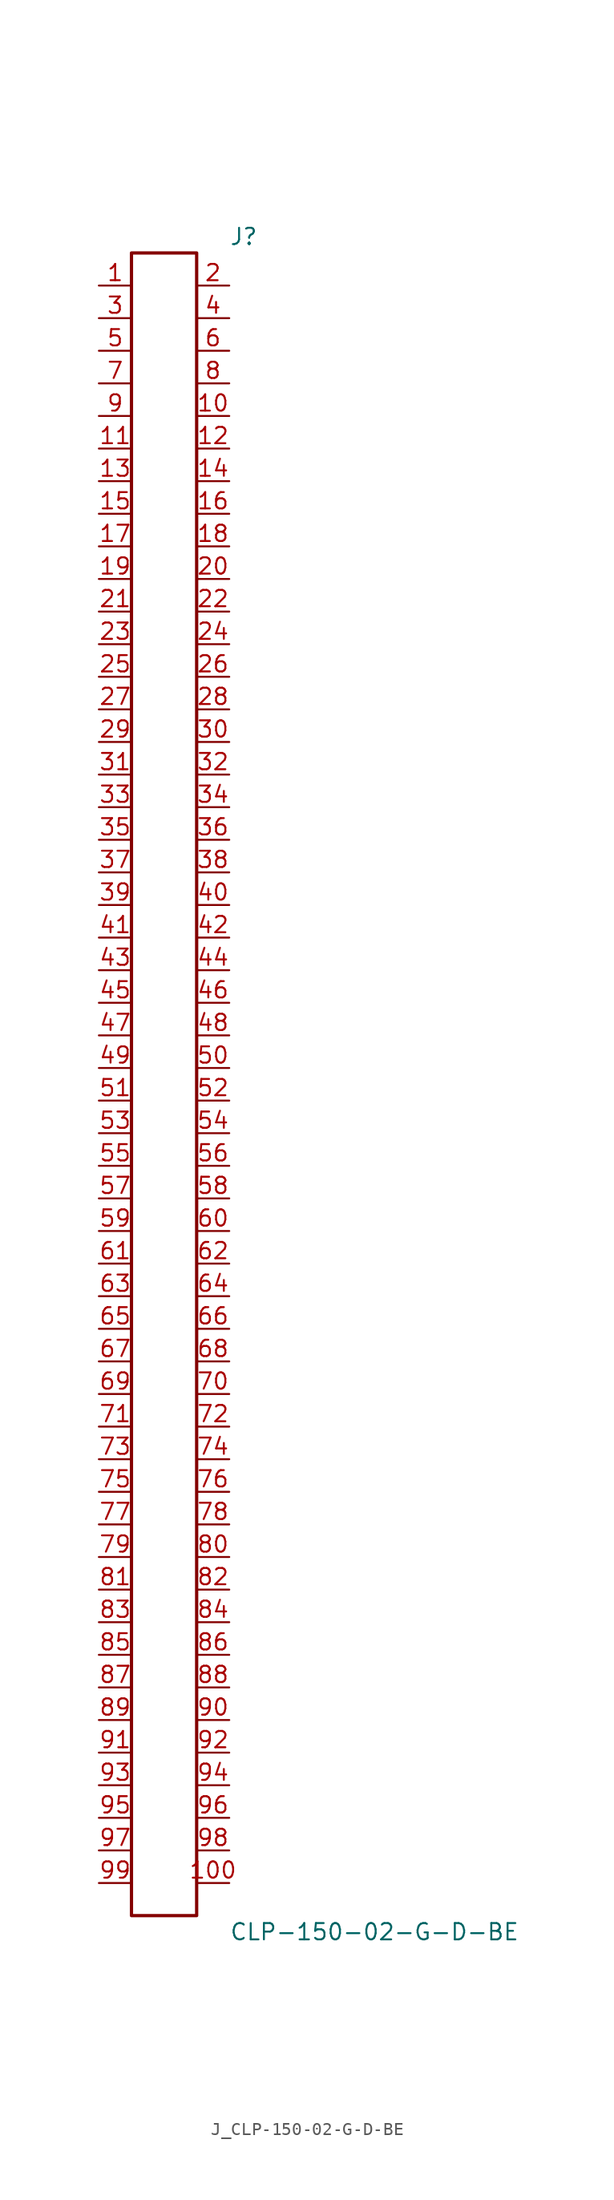
<source format=kicad_sym>
(kicad_symbol_lib
  (version 20231120)
  (generator kicad_symbol_editor)
  (generator_version 8.0)
  (symbol "J_CLP-150-02-G-D-BE"
    (pin_names
      (offset 0.254))
    (property "Reference" "J"
      (at 5.08 66.04 0)
      (effects (font (size 1.27 1.27)) (justify left)))
    (property "Value" "CLP-150-02-G-D-BE"
      (at 5.08 -66.04 0)
      (effects (font (size 1.27 1.27)) (justify left)))
    (symbol "J_CLP-150-02-G-D-BE_0_0"
      (pin passive line (at -5.08 62.23 0) (length 2.54) (name "" (effects (font (size 1.27 1.27)))) (number "1" (effects (font (size 1.27 1.27)))))
      (pin passive line (at 5.08 62.23 180) (length 2.54) (name "" (effects (font (size 1.27 1.27)))) (number "2" (effects (font (size 1.27 1.27)))))
      (pin passive line (at -5.08 59.69 0) (length 2.54) (name "" (effects (font (size 1.27 1.27)))) (number "3" (effects (font (size 1.27 1.27)))))
      (pin passive line (at 5.08 59.69 180) (length 2.54) (name "" (effects (font (size 1.27 1.27)))) (number "4" (effects (font (size 1.27 1.27)))))
      (pin passive line (at -5.08 57.15 0) (length 2.54) (name "" (effects (font (size 1.27 1.27)))) (number "5" (effects (font (size 1.27 1.27)))))
      (pin passive line (at 5.08 57.15 180) (length 2.54) (name "" (effects (font (size 1.27 1.27)))) (number "6" (effects (font (size 1.27 1.27)))))
      (pin passive line (at -5.08 54.61 0) (length 2.54) (name "" (effects (font (size 1.27 1.27)))) (number "7" (effects (font (size 1.27 1.27)))))
      (pin passive line (at 5.08 54.61 180) (length 2.54) (name "" (effects (font (size 1.27 1.27)))) (number "8" (effects (font (size 1.27 1.27)))))
      (pin passive line (at -5.08 52.07 0) (length 2.54) (name "" (effects (font (size 1.27 1.27)))) (number "9" (effects (font (size 1.27 1.27)))))
      (pin passive line (at 5.08 52.07 180) (length 2.54) (name "" (effects (font (size 1.27 1.27)))) (number "10" (effects (font (size 1.27 1.27)))))
      (pin passive line (at -5.08 49.53 0) (length 2.54) (name "" (effects (font (size 1.27 1.27)))) (number "11" (effects (font (size 1.27 1.27)))))
      (pin passive line (at 5.08 49.53 180) (length 2.54) (name "" (effects (font (size 1.27 1.27)))) (number "12" (effects (font (size 1.27 1.27)))))
      (pin passive line (at -5.08 46.99 0) (length 2.54) (name "" (effects (font (size 1.27 1.27)))) (number "13" (effects (font (size 1.27 1.27)))))
      (pin passive line (at 5.08 46.99 180) (length 2.54) (name "" (effects (font (size 1.27 1.27)))) (number "14" (effects (font (size 1.27 1.27)))))
      (pin passive line (at -5.08 44.45 0) (length 2.54) (name "" (effects (font (size 1.27 1.27)))) (number "15" (effects (font (size 1.27 1.27)))))
      (pin passive line (at 5.08 44.45 180) (length 2.54) (name "" (effects (font (size 1.27 1.27)))) (number "16" (effects (font (size 1.27 1.27)))))
      (pin passive line (at -5.08 41.91 0) (length 2.54) (name "" (effects (font (size 1.27 1.27)))) (number "17" (effects (font (size 1.27 1.27)))))
      (pin passive line (at 5.08 41.91 180) (length 2.54) (name "" (effects (font (size 1.27 1.27)))) (number "18" (effects (font (size 1.27 1.27)))))
      (pin passive line (at -5.08 39.37 0) (length 2.54) (name "" (effects (font (size 1.27 1.27)))) (number "19" (effects (font (size 1.27 1.27)))))
      (pin passive line (at 5.08 39.37 180) (length 2.54) (name "" (effects (font (size 1.27 1.27)))) (number "20" (effects (font (size 1.27 1.27)))))
      (pin passive line (at -5.08 36.83 0) (length 2.54) (name "" (effects (font (size 1.27 1.27)))) (number "21" (effects (font (size 1.27 1.27)))))
      (pin passive line (at 5.08 36.83 180) (length 2.54) (name "" (effects (font (size 1.27 1.27)))) (number "22" (effects (font (size 1.27 1.27)))))
      (pin passive line (at -5.08 34.29 0) (length 2.54) (name "" (effects (font (size 1.27 1.27)))) (number "23" (effects (font (size 1.27 1.27)))))
      (pin passive line (at 5.08 34.29 180) (length 2.54) (name "" (effects (font (size 1.27 1.27)))) (number "24" (effects (font (size 1.27 1.27)))))
      (pin passive line (at -5.08 31.75 0) (length 2.54) (name "" (effects (font (size 1.27 1.27)))) (number "25" (effects (font (size 1.27 1.27)))))
      (pin passive line (at 5.08 31.75 180) (length 2.54) (name "" (effects (font (size 1.27 1.27)))) (number "26" (effects (font (size 1.27 1.27)))))
      (pin passive line (at -5.08 29.21 0) (length 2.54) (name "" (effects (font (size 1.27 1.27)))) (number "27" (effects (font (size 1.27 1.27)))))
      (pin passive line (at 5.08 29.21 180) (length 2.54) (name "" (effects (font (size 1.27 1.27)))) (number "28" (effects (font (size 1.27 1.27)))))
      (pin passive line (at -5.08 26.67 0) (length 2.54) (name "" (effects (font (size 1.27 1.27)))) (number "29" (effects (font (size 1.27 1.27)))))
      (pin passive line (at 5.08 26.67 180) (length 2.54) (name "" (effects (font (size 1.27 1.27)))) (number "30" (effects (font (size 1.27 1.27)))))
      (pin passive line (at -5.08 24.13 0) (length 2.54) (name "" (effects (font (size 1.27 1.27)))) (number "31" (effects (font (size 1.27 1.27)))))
      (pin passive line (at 5.08 24.13 180) (length 2.54) (name "" (effects (font (size 1.27 1.27)))) (number "32" (effects (font (size 1.27 1.27)))))
      (pin passive line (at -5.08 21.59 0) (length 2.54) (name "" (effects (font (size 1.27 1.27)))) (number "33" (effects (font (size 1.27 1.27)))))
      (pin passive line (at 5.08 21.59 180) (length 2.54) (name "" (effects (font (size 1.27 1.27)))) (number "34" (effects (font (size 1.27 1.27)))))
      (pin passive line (at -5.08 19.05 0) (length 2.54) (name "" (effects (font (size 1.27 1.27)))) (number "35" (effects (font (size 1.27 1.27)))))
      (pin passive line (at 5.08 19.05 180) (length 2.54) (name "" (effects (font (size 1.27 1.27)))) (number "36" (effects (font (size 1.27 1.27)))))
      (pin passive line (at -5.08 16.51 0) (length 2.54) (name "" (effects (font (size 1.27 1.27)))) (number "37" (effects (font (size 1.27 1.27)))))
      (pin passive line (at 5.08 16.51 180) (length 2.54) (name "" (effects (font (size 1.27 1.27)))) (number "38" (effects (font (size 1.27 1.27)))))
      (pin passive line (at -5.08 13.97 0) (length 2.54) (name "" (effects (font (size 1.27 1.27)))) (number "39" (effects (font (size 1.27 1.27)))))
      (pin passive line (at 5.08 13.97 180) (length 2.54) (name "" (effects (font (size 1.27 1.27)))) (number "40" (effects (font (size 1.27 1.27)))))
      (pin passive line (at -5.08 11.43 0) (length 2.54) (name "" (effects (font (size 1.27 1.27)))) (number "41" (effects (font (size 1.27 1.27)))))
      (pin passive line (at 5.08 11.43 180) (length 2.54) (name "" (effects (font (size 1.27 1.27)))) (number "42" (effects (font (size 1.27 1.27)))))
      (pin passive line (at -5.08 8.89 0) (length 2.54) (name "" (effects (font (size 1.27 1.27)))) (number "43" (effects (font (size 1.27 1.27)))))
      (pin passive line (at 5.08 8.89 180) (length 2.54) (name "" (effects (font (size 1.27 1.27)))) (number "44" (effects (font (size 1.27 1.27)))))
      (pin passive line (at -5.08 6.35 0) (length 2.54) (name "" (effects (font (size 1.27 1.27)))) (number "45" (effects (font (size 1.27 1.27)))))
      (pin passive line (at 5.08 6.35 180) (length 2.54) (name "" (effects (font (size 1.27 1.27)))) (number "46" (effects (font (size 1.27 1.27)))))
      (pin passive line (at -5.08 3.81 0) (length 2.54) (name "" (effects (font (size 1.27 1.27)))) (number "47" (effects (font (size 1.27 1.27)))))
      (pin passive line (at 5.08 3.81 180) (length 2.54) (name "" (effects (font (size 1.27 1.27)))) (number "48" (effects (font (size 1.27 1.27)))))
      (pin passive line (at -5.08 1.27 0) (length 2.54) (name "" (effects (font (size 1.27 1.27)))) (number "49" (effects (font (size 1.27 1.27)))))
      (pin passive line (at 5.08 1.27 180) (length 2.54) (name "" (effects (font (size 1.27 1.27)))) (number "50" (effects (font (size 1.27 1.27)))))
      (pin passive line (at -5.08 -1.27 0) (length 2.54) (name "" (effects (font (size 1.27 1.27)))) (number "51" (effects (font (size 1.27 1.27)))))
      (pin passive line (at 5.08 -1.27 180) (length 2.54) (name "" (effects (font (size 1.27 1.27)))) (number "52" (effects (font (size 1.27 1.27)))))
      (pin passive line (at -5.08 -3.81 0) (length 2.54) (name "" (effects (font (size 1.27 1.27)))) (number "53" (effects (font (size 1.27 1.27)))))
      (pin passive line (at 5.08 -3.81 180) (length 2.54) (name "" (effects (font (size 1.27 1.27)))) (number "54" (effects (font (size 1.27 1.27)))))
      (pin passive line (at -5.08 -6.35 0) (length 2.54) (name "" (effects (font (size 1.27 1.27)))) (number "55" (effects (font (size 1.27 1.27)))))
      (pin passive line (at 5.08 -6.35 180) (length 2.54) (name "" (effects (font (size 1.27 1.27)))) (number "56" (effects (font (size 1.27 1.27)))))
      (pin passive line (at -5.08 -8.89 0) (length 2.54) (name "" (effects (font (size 1.27 1.27)))) (number "57" (effects (font (size 1.27 1.27)))))
      (pin passive line (at 5.08 -8.89 180) (length 2.54) (name "" (effects (font (size 1.27 1.27)))) (number "58" (effects (font (size 1.27 1.27)))))
      (pin passive line (at -5.08 -11.43 0) (length 2.54) (name "" (effects (font (size 1.27 1.27)))) (number "59" (effects (font (size 1.27 1.27)))))
      (pin passive line (at 5.08 -11.43 180) (length 2.54) (name "" (effects (font (size 1.27 1.27)))) (number "60" (effects (font (size 1.27 1.27)))))
      (pin passive line (at -5.08 -13.97 0) (length 2.54) (name "" (effects (font (size 1.27 1.27)))) (number "61" (effects (font (size 1.27 1.27)))))
      (pin passive line (at 5.08 -13.97 180) (length 2.54) (name "" (effects (font (size 1.27 1.27)))) (number "62" (effects (font (size 1.27 1.27)))))
      (pin passive line (at -5.08 -16.51 0) (length 2.54) (name "" (effects (font (size 1.27 1.27)))) (number "63" (effects (font (size 1.27 1.27)))))
      (pin passive line (at 5.08 -16.51 180) (length 2.54) (name "" (effects (font (size 1.27 1.27)))) (number "64" (effects (font (size 1.27 1.27)))))
      (pin passive line (at -5.08 -19.05 0) (length 2.54) (name "" (effects (font (size 1.27 1.27)))) (number "65" (effects (font (size 1.27 1.27)))))
      (pin passive line (at 5.08 -19.05 180) (length 2.54) (name "" (effects (font (size 1.27 1.27)))) (number "66" (effects (font (size 1.27 1.27)))))
      (pin passive line (at -5.08 -21.59 0) (length 2.54) (name "" (effects (font (size 1.27 1.27)))) (number "67" (effects (font (size 1.27 1.27)))))
      (pin passive line (at 5.08 -21.59 180) (length 2.54) (name "" (effects (font (size 1.27 1.27)))) (number "68" (effects (font (size 1.27 1.27)))))
      (pin passive line (at -5.08 -24.13 0) (length 2.54) (name "" (effects (font (size 1.27 1.27)))) (number "69" (effects (font (size 1.27 1.27)))))
      (pin passive line (at 5.08 -24.13 180) (length 2.54) (name "" (effects (font (size 1.27 1.27)))) (number "70" (effects (font (size 1.27 1.27)))))
      (pin passive line (at -5.08 -26.67 0) (length 2.54) (name "" (effects (font (size 1.27 1.27)))) (number "71" (effects (font (size 1.27 1.27)))))
      (pin passive line (at 5.08 -26.67 180) (length 2.54) (name "" (effects (font (size 1.27 1.27)))) (number "72" (effects (font (size 1.27 1.27)))))
      (pin passive line (at -5.08 -29.21 0) (length 2.54) (name "" (effects (font (size 1.27 1.27)))) (number "73" (effects (font (size 1.27 1.27)))))
      (pin passive line (at 5.08 -29.21 180) (length 2.54) (name "" (effects (font (size 1.27 1.27)))) (number "74" (effects (font (size 1.27 1.27)))))
      (pin passive line (at -5.08 -31.75 0) (length 2.54) (name "" (effects (font (size 1.27 1.27)))) (number "75" (effects (font (size 1.27 1.27)))))
      (pin passive line (at 5.08 -31.75 180) (length 2.54) (name "" (effects (font (size 1.27 1.27)))) (number "76" (effects (font (size 1.27 1.27)))))
      (pin passive line (at -5.08 -34.29 0) (length 2.54) (name "" (effects (font (size 1.27 1.27)))) (number "77" (effects (font (size 1.27 1.27)))))
      (pin passive line (at 5.08 -34.29 180) (length 2.54) (name "" (effects (font (size 1.27 1.27)))) (number "78" (effects (font (size 1.27 1.27)))))
      (pin passive line (at -5.08 -36.83 0) (length 2.54) (name "" (effects (font (size 1.27 1.27)))) (number "79" (effects (font (size 1.27 1.27)))))
      (pin passive line (at 5.08 -36.83 180) (length 2.54) (name "" (effects (font (size 1.27 1.27)))) (number "80" (effects (font (size 1.27 1.27)))))
      (pin passive line (at -5.08 -39.37 0) (length 2.54) (name "" (effects (font (size 1.27 1.27)))) (number "81" (effects (font (size 1.27 1.27)))))
      (pin passive line (at 5.08 -39.37 180) (length 2.54) (name "" (effects (font (size 1.27 1.27)))) (number "82" (effects (font (size 1.27 1.27)))))
      (pin passive line (at -5.08 -41.91 0) (length 2.54) (name "" (effects (font (size 1.27 1.27)))) (number "83" (effects (font (size 1.27 1.27)))))
      (pin passive line (at 5.08 -41.91 180) (length 2.54) (name "" (effects (font (size 1.27 1.27)))) (number "84" (effects (font (size 1.27 1.27)))))
      (pin passive line (at -5.08 -44.45 0) (length 2.54) (name "" (effects (font (size 1.27 1.27)))) (number "85" (effects (font (size 1.27 1.27)))))
      (pin passive line (at 5.08 -44.45 180) (length 2.54) (name "" (effects (font (size 1.27 1.27)))) (number "86" (effects (font (size 1.27 1.27)))))
      (pin passive line (at -5.08 -46.99 0) (length 2.54) (name "" (effects (font (size 1.27 1.27)))) (number "87" (effects (font (size 1.27 1.27)))))
      (pin passive line (at 5.08 -46.99 180) (length 2.54) (name "" (effects (font (size 1.27 1.27)))) (number "88" (effects (font (size 1.27 1.27)))))
      (pin passive line (at -5.08 -49.53 0) (length 2.54) (name "" (effects (font (size 1.27 1.27)))) (number "89" (effects (font (size 1.27 1.27)))))
      (pin passive line (at 5.08 -49.53 180) (length 2.54) (name "" (effects (font (size 1.27 1.27)))) (number "90" (effects (font (size 1.27 1.27)))))
      (pin passive line (at -5.08 -52.07 0) (length 2.54) (name "" (effects (font (size 1.27 1.27)))) (number "91" (effects (font (size 1.27 1.27)))))
      (pin passive line (at 5.08 -52.07 180) (length 2.54) (name "" (effects (font (size 1.27 1.27)))) (number "92" (effects (font (size 1.27 1.27)))))
      (pin passive line (at -5.08 -54.61 0) (length 2.54) (name "" (effects (font (size 1.27 1.27)))) (number "93" (effects (font (size 1.27 1.27)))))
      (pin passive line (at 5.08 -54.61 180) (length 2.54) (name "" (effects (font (size 1.27 1.27)))) (number "94" (effects (font (size 1.27 1.27)))))
      (pin passive line (at -5.08 -57.15 0) (length 2.54) (name "" (effects (font (size 1.27 1.27)))) (number "95" (effects (font (size 1.27 1.27)))))
      (pin passive line (at 5.08 -57.15 180) (length 2.54) (name "" (effects (font (size 1.27 1.27)))) (number "96" (effects (font (size 1.27 1.27)))))
      (pin passive line (at -5.08 -59.69 0) (length 2.54) (name "" (effects (font (size 1.27 1.27)))) (number "97" (effects (font (size 1.27 1.27)))))
      (pin passive line (at 5.08 -59.69 180) (length 2.54) (name "" (effects (font (size 1.27 1.27)))) (number "98" (effects (font (size 1.27 1.27)))))
      (pin passive line (at -5.08 -62.23 0) (length 2.54) (name "" (effects (font (size 1.27 1.27)))) (number "99" (effects (font (size 1.27 1.27)))))
      (pin passive line (at 5.08 -62.23 180) (length 2.54) (name "" (effects (font (size 1.27 1.27)))) (number "100" (effects (font (size 1.27 1.27))))))
    (symbol "J_CLP-150-02-G-D-BE_1_0"
      (rectangle (start -2.54 64.77) (end 2.54 -64.77) (stroke (width 0.254) (type solid)) (fill (type none))))))
</source>
